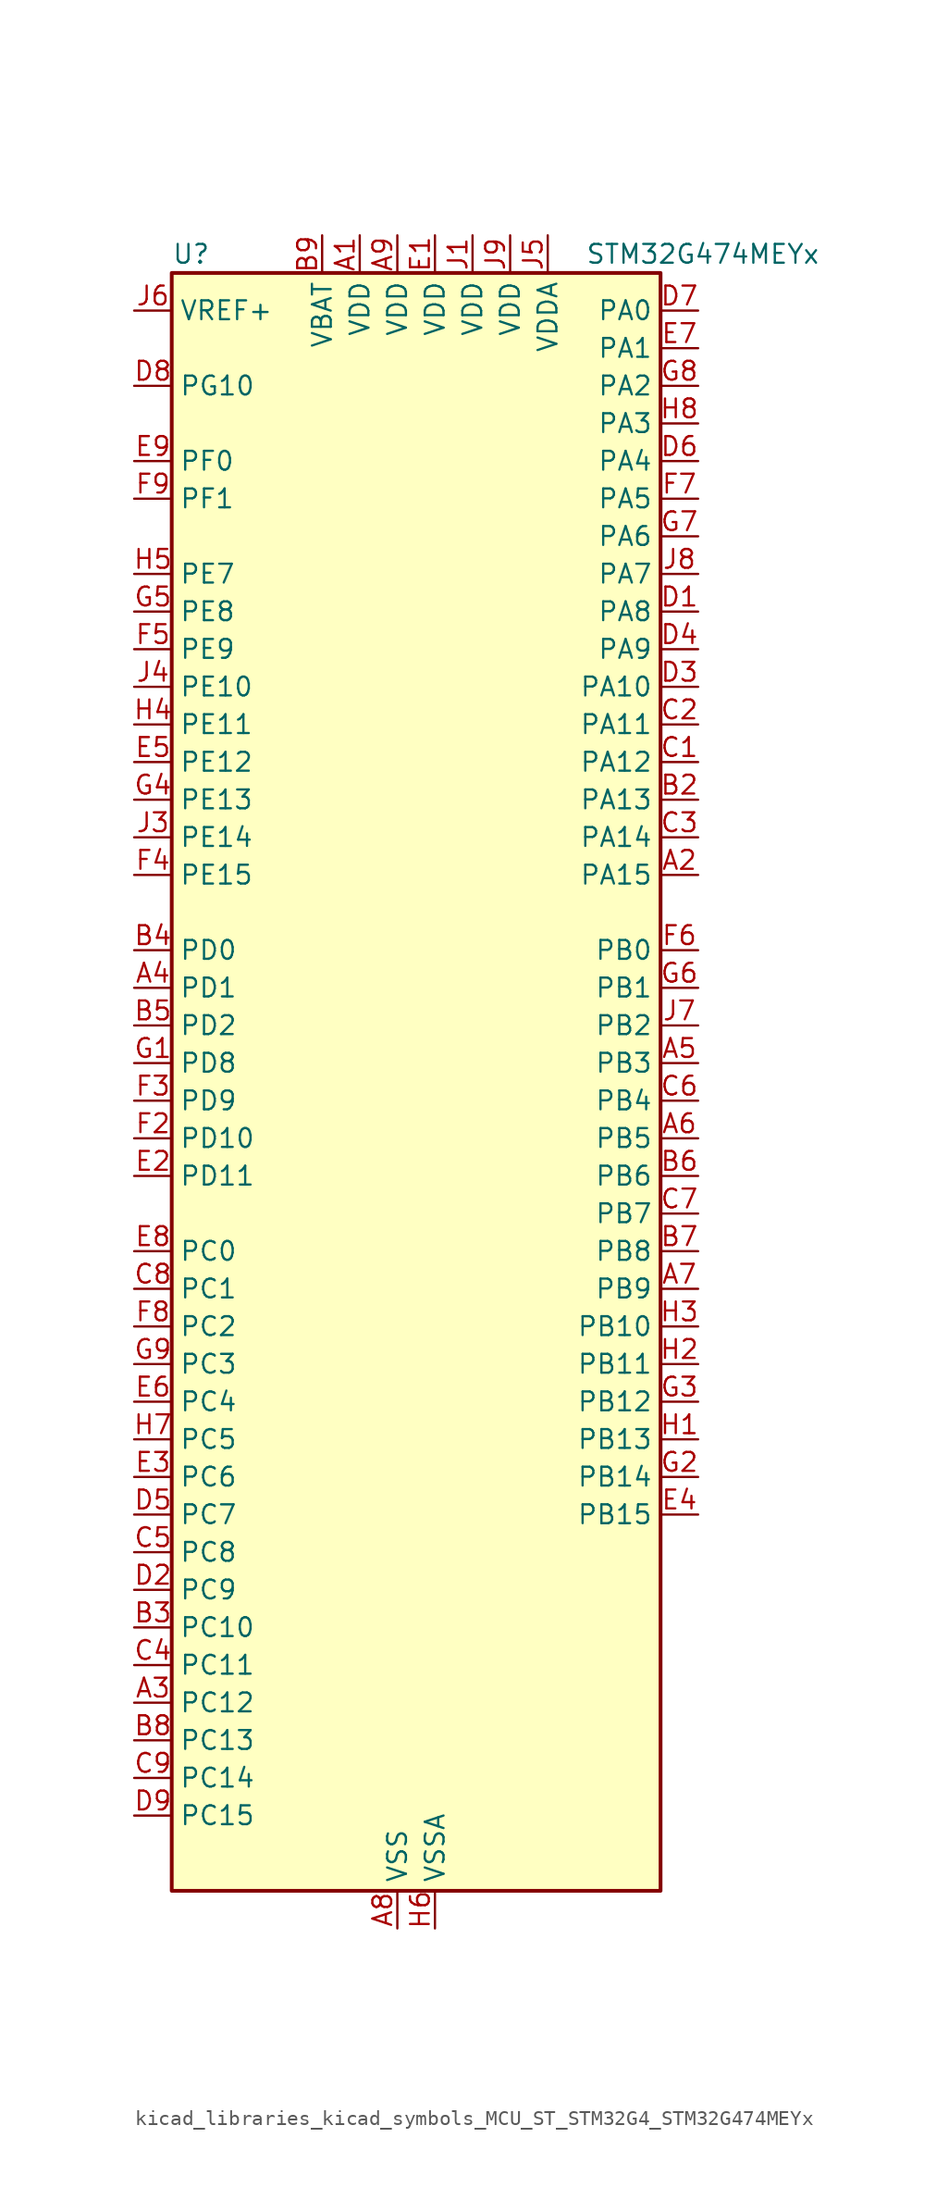
<source format=kicad_sym>
(kicad_symbol_lib
  (version 20220914)
  (generator kicad_symbol_editor)
  (symbol "kicad_libraries_kicad_symbols_MCU_ST_STM32G4_STM32G474MEYx"
    (property "Reference" "U"
      (at -15.24 57.15 0)
      (effects (font (size 1.27 1.27)) (justify left)))
    (property "Value" "STM32G474MEYx"
      (at 12.7 57.15 0)
      (effects (font (size 1.27 1.27)) (justify left)))
    (property "ki_locked" ""
      (at 0 0 0)
      (effects (font (size 1.27 1.27))))
    (symbol "kicad_libraries_kicad_symbols_MCU_ST_STM32G4_STM32G474MEYx_0_1"
      (rectangle (start -15.24 -53.34) (end 17.78 55.88) (stroke (width 0.254) (type default)) (fill (type background))))
    (symbol "kicad_libraries_kicad_symbols_MCU_ST_STM32G4_STM32G474MEYx_1_1"
      (pin power_in line (at -2.54 58.42 270) (length 2.54) (name "VDD" (effects (font (size 1.27 1.27)))) (number "A1" (effects (font (size 1.27 1.27)))))
      (pin bidirectional line (at 20.32 15.24 180) (length 2.54) (name "PA15" (effects (font (size 1.27 1.27)))) (number "A2" (effects (font (size 1.27 1.27)))) (alternate "ADC1_EXTI15" bidirectional line) (alternate "ADC2_EXTI15" bidirectional line) (alternate "FDCAN3_TX" bidirectional line) (alternate "HRTIM1_FLT2" bidirectional line) (alternate "I2C1_SCL" bidirectional line) (alternate "I2S3_WS" bidirectional line) (alternate "SPI1_NSS" bidirectional line) (alternate "SPI3_NSS" bidirectional line) (alternate "SYS_JTDI" bidirectional line) (alternate "TIM1_BKIN" bidirectional line) (alternate "TIM2_CH1" bidirectional line) (alternate "TIM2_ETR" bidirectional line) (alternate "TIM8_CH1" bidirectional line) (alternate "UART4_DE" bidirectional line) (alternate "UART4_RTS" bidirectional line) (alternate "USART2_RX" bidirectional line))
      (pin bidirectional line (at -17.78 -40.64 0) (length 2.54) (name "PC12" (effects (font (size 1.27 1.27)))) (number "A3" (effects (font (size 1.27 1.27)))) (alternate "HRTIM1_EEV1" bidirectional line) (alternate "I2S3_SD" bidirectional line) (alternate "SPI3_MOSI" bidirectional line) (alternate "TIM5_CH2" bidirectional line) (alternate "TIM8_CH3N" bidirectional line) (alternate "UART5_TX" bidirectional line) (alternate "UCPD1_FRSTX1" bidirectional line) (alternate "UCPD1_FRSTX2" bidirectional line) (alternate "USART3_CK" bidirectional line))
      (pin bidirectional line (at -17.78 7.62 0) (length 2.54) (name "PD1" (effects (font (size 1.27 1.27)))) (number "A4" (effects (font (size 1.27 1.27)))) (alternate "FDCAN1_TX" bidirectional line) (alternate "TIM8_BKIN2" bidirectional line) (alternate "TIM8_CH4" bidirectional line))
      (pin bidirectional line (at 20.32 2.54 180) (length 2.54) (name "PB3" (effects (font (size 1.27 1.27)))) (number "A5" (effects (font (size 1.27 1.27)))) (alternate "ADC3_EXTI3" bidirectional line) (alternate "ADC4_EXTI3" bidirectional line) (alternate "ADC5_EXTI3" bidirectional line) (alternate "CRS_SYNC" bidirectional line) (alternate "FDCAN3_RX" bidirectional line) (alternate "HRTIM1_EEV9" bidirectional line) (alternate "HRTIM1_SCOUT" bidirectional line) (alternate "I2S3_CK" bidirectional line) (alternate "SAI1_SCK_B" bidirectional line) (alternate "SPI1_SCK" bidirectional line) (alternate "SPI3_SCK" bidirectional line) (alternate "SYS_JTDO-SWO" bidirectional line) (alternate "TIM2_CH2" bidirectional line) (alternate "TIM3_ETR" bidirectional line) (alternate "TIM4_ETR" bidirectional line) (alternate "TIM8_CH1N" bidirectional line) (alternate "USART2_TX" bidirectional line))
      (pin bidirectional line (at 20.32 -2.54 180) (length 2.54) (name "PB5" (effects (font (size 1.27 1.27)))) (number "A6" (effects (font (size 1.27 1.27)))) (alternate "FDCAN2_RX" bidirectional line) (alternate "HRTIM1_EEV6" bidirectional line) (alternate "I2C1_SMBA" bidirectional line) (alternate "I2C3_SDA" bidirectional line) (alternate "I2S3_SD" bidirectional line) (alternate "LPTIM1_IN1" bidirectional line) (alternate "SAI1_SD_B" bidirectional line) (alternate "SPI1_MOSI" bidirectional line) (alternate "SPI3_MOSI" bidirectional line) (alternate "TIM16_BKIN" bidirectional line) (alternate "TIM17_CH1" bidirectional line) (alternate "TIM3_CH2" bidirectional line) (alternate "TIM8_CH3N" bidirectional line) (alternate "UART5_CTS" bidirectional line) (alternate "USART2_CK" bidirectional line))
      (pin bidirectional line (at 20.32 -12.7 180) (length 2.54) (name "PB9" (effects (font (size 1.27 1.27)))) (number "A7" (effects (font (size 1.27 1.27)))) (alternate "COMP2_OUT" bidirectional line) (alternate "DAC1_EXTI9" bidirectional line) (alternate "DAC2_EXTI9" bidirectional line) (alternate "DAC3_EXTI9" bidirectional line) (alternate "DAC4_EXTI9" bidirectional line) (alternate "FDCAN1_TX" bidirectional line) (alternate "HRTIM1_EEV5" bidirectional line) (alternate "I2C1_SDA" bidirectional line) (alternate "IR_OUT" bidirectional line) (alternate "SAI1_D2" bidirectional line) (alternate "SAI1_FS_A" bidirectional line) (alternate "TIM17_CH1" bidirectional line) (alternate "TIM1_CH3N" bidirectional line) (alternate "TIM4_CH4" bidirectional line) (alternate "TIM8_CH3" bidirectional line) (alternate "USART3_TX" bidirectional line))
      (pin power_in line (at 0 -55.88 90) (length 2.54) (name "VSS" (effects (font (size 1.27 1.27)))) (number "A8" (effects (font (size 1.27 1.27)))))
      (pin power_in line (at 0 58.42 270) (length 2.54) (name "VDD" (effects (font (size 1.27 1.27)))) (number "A9" (effects (font (size 1.27 1.27)))))
      (pin passive line (at 0 -55.88 90) (length 2.54) hide (name "VSS" (effects (font (size 1.27 1.27)))) (number "B1" (effects (font (size 1.27 1.27)))))
      (pin bidirectional line (at 20.32 20.32 180) (length 2.54) (name "PA13" (effects (font (size 1.27 1.27)))) (number "B2" (effects (font (size 1.27 1.27)))) (alternate "I2C1_SCL" bidirectional line) (alternate "I2C4_SCL" bidirectional line) (alternate "IR_OUT" bidirectional line) (alternate "SAI1_SD_B" bidirectional line) (alternate "SYS_JTMS-SWDIO" bidirectional line) (alternate "TIM16_CH1N" bidirectional line) (alternate "TIM4_CH3" bidirectional line) (alternate "USART3_CTS" bidirectional line) (alternate "USART3_NSS" bidirectional line))
      (pin bidirectional line (at -17.78 -35.56 0) (length 2.54) (name "PC10" (effects (font (size 1.27 1.27)))) (number "B3" (effects (font (size 1.27 1.27)))) (alternate "DAC1_EXTI10" bidirectional line) (alternate "DAC2_EXTI10" bidirectional line) (alternate "DAC3_EXTI10" bidirectional line) (alternate "DAC4_EXTI10" bidirectional line) (alternate "HRTIM1_FLT6" bidirectional line) (alternate "I2S3_CK" bidirectional line) (alternate "SPI3_SCK" bidirectional line) (alternate "TIM8_CH1N" bidirectional line) (alternate "UART4_TX" bidirectional line) (alternate "USART3_TX" bidirectional line))
      (pin bidirectional line (at -17.78 10.16 0) (length 2.54) (name "PD0" (effects (font (size 1.27 1.27)))) (number "B4" (effects (font (size 1.27 1.27)))) (alternate "FDCAN1_RX" bidirectional line) (alternate "TIM8_CH4N" bidirectional line))
      (pin bidirectional line (at -17.78 5.08 0) (length 2.54) (name "PD2" (effects (font (size 1.27 1.27)))) (number "B5" (effects (font (size 1.27 1.27)))) (alternate "ADC3_EXTI2" bidirectional line) (alternate "ADC4_EXTI2" bidirectional line) (alternate "ADC5_EXTI2" bidirectional line) (alternate "TIM3_ETR" bidirectional line) (alternate "TIM8_BKIN" bidirectional line) (alternate "UART5_RX" bidirectional line))
      (pin bidirectional line (at 20.32 -5.08 180) (length 2.54) (name "PB6" (effects (font (size 1.27 1.27)))) (number "B6" (effects (font (size 1.27 1.27)))) (alternate "COMP4_OUT" bidirectional line) (alternate "FDCAN2_TX" bidirectional line) (alternate "HRTIM1_EEV4" bidirectional line) (alternate "HRTIM1_SCIN" bidirectional line) (alternate "LPTIM1_ETR" bidirectional line) (alternate "SAI1_FS_B" bidirectional line) (alternate "TIM16_CH1N" bidirectional line) (alternate "TIM4_CH1" bidirectional line) (alternate "TIM8_BKIN2" bidirectional line) (alternate "TIM8_CH1" bidirectional line) (alternate "TIM8_ETR" bidirectional line) (alternate "UCPD1_CC1" bidirectional line) (alternate "USART1_TX" bidirectional line))
      (pin bidirectional line (at 20.32 -10.16 180) (length 2.54) (name "PB8" (effects (font (size 1.27 1.27)))) (number "B7" (effects (font (size 1.27 1.27)))) (alternate "COMP1_OUT" bidirectional line) (alternate "FDCAN1_RX" bidirectional line) (alternate "HRTIM1_EEV8" bidirectional line) (alternate "I2C1_SCL" bidirectional line) (alternate "SAI1_CK1" bidirectional line) (alternate "SAI1_MCLK_A" bidirectional line) (alternate "TIM16_CH1" bidirectional line) (alternate "TIM1_BKIN" bidirectional line) (alternate "TIM4_CH3" bidirectional line) (alternate "TIM8_CH2" bidirectional line) (alternate "USART3_RX" bidirectional line))
      (pin bidirectional line (at -17.78 -43.18 0) (length 2.54) (name "PC13" (effects (font (size 1.27 1.27)))) (number "B8" (effects (font (size 1.27 1.27)))) (alternate "RTC_OUT1" bidirectional line) (alternate "RTC_TAMP1" bidirectional line) (alternate "RTC_TS" bidirectional line) (alternate "SYS_WKUP2" bidirectional line) (alternate "TIM1_BKIN" bidirectional line) (alternate "TIM1_CH1N" bidirectional line) (alternate "TIM8_CH4N" bidirectional line))
      (pin power_in line (at -5.08 58.42 270) (length 2.54) (name "VBAT" (effects (font (size 1.27 1.27)))) (number "B9" (effects (font (size 1.27 1.27)))))
      (pin bidirectional line (at 20.32 22.86 180) (length 2.54) (name "PA12" (effects (font (size 1.27 1.27)))) (number "C1" (effects (font (size 1.27 1.27)))) (alternate "COMP2_OUT" bidirectional line) (alternate "FDCAN1_TX" bidirectional line) (alternate "HRTIM1_FLT1" bidirectional line) (alternate "I2S_CKIN" bidirectional line) (alternate "TIM16_CH1" bidirectional line) (alternate "TIM1_CH2N" bidirectional line) (alternate "TIM1_ETR" bidirectional line) (alternate "TIM4_CH2" bidirectional line) (alternate "USART1_DE" bidirectional line) (alternate "USART1_RTS" bidirectional line) (alternate "USB_DP" bidirectional line))
      (pin bidirectional line (at 20.32 25.4 180) (length 2.54) (name "PA11" (effects (font (size 1.27 1.27)))) (number "C2" (effects (font (size 1.27 1.27)))) (alternate "ADC1_EXTI11" bidirectional line) (alternate "ADC2_EXTI11" bidirectional line) (alternate "COMP1_OUT" bidirectional line) (alternate "FDCAN1_RX" bidirectional line) (alternate "HRTIM1_CHB2" bidirectional line) (alternate "I2S2_SD" bidirectional line) (alternate "SPI2_MOSI" bidirectional line) (alternate "TIM1_BKIN2" bidirectional line) (alternate "TIM1_CH1N" bidirectional line) (alternate "TIM1_CH4" bidirectional line) (alternate "TIM4_CH1" bidirectional line) (alternate "USART1_CTS" bidirectional line) (alternate "USART1_NSS" bidirectional line) (alternate "USB_DM" bidirectional line))
      (pin bidirectional line (at 20.32 17.78 180) (length 2.54) (name "PA14" (effects (font (size 1.27 1.27)))) (number "C3" (effects (font (size 1.27 1.27)))) (alternate "I2C1_SDA" bidirectional line) (alternate "I2C4_SMBA" bidirectional line) (alternate "LPTIM1_OUT" bidirectional line) (alternate "SAI1_FS_B" bidirectional line) (alternate "SYS_JTCK-SWCLK" bidirectional line) (alternate "TIM1_BKIN" bidirectional line) (alternate "TIM8_CH2" bidirectional line) (alternate "USART2_TX" bidirectional line))
      (pin bidirectional line (at -17.78 -38.1 0) (length 2.54) (name "PC11" (effects (font (size 1.27 1.27)))) (number "C4" (effects (font (size 1.27 1.27)))) (alternate "ADC1_EXTI11" bidirectional line) (alternate "ADC2_EXTI11" bidirectional line) (alternate "HRTIM1_EEV2" bidirectional line) (alternate "I2C3_SDA" bidirectional line) (alternate "SPI3_MISO" bidirectional line) (alternate "TIM8_CH2N" bidirectional line) (alternate "UART4_RX" bidirectional line) (alternate "USART3_RX" bidirectional line))
      (pin bidirectional line (at -17.78 -30.48 0) (length 2.54) (name "PC8" (effects (font (size 1.27 1.27)))) (number "C5" (effects (font (size 1.27 1.27)))) (alternate "COMP7_OUT" bidirectional line) (alternate "HRTIM1_CHE1" bidirectional line) (alternate "I2C3_SCL" bidirectional line) (alternate "TIM20_CH3" bidirectional line) (alternate "TIM3_CH3" bidirectional line) (alternate "TIM8_CH3" bidirectional line))
      (pin bidirectional line (at 20.32 0 180) (length 2.54) (name "PB4" (effects (font (size 1.27 1.27)))) (number "C6" (effects (font (size 1.27 1.27)))) (alternate "FDCAN3_TX" bidirectional line) (alternate "HRTIM1_EEV7" bidirectional line) (alternate "SAI1_MCLK_B" bidirectional line) (alternate "SPI1_MISO" bidirectional line) (alternate "SPI3_MISO" bidirectional line) (alternate "SYS_JTRST" bidirectional line) (alternate "TIM16_CH1" bidirectional line) (alternate "TIM17_BKIN" bidirectional line) (alternate "TIM3_CH1" bidirectional line) (alternate "TIM8_CH2N" bidirectional line) (alternate "UART5_DE" bidirectional line) (alternate "UART5_RTS" bidirectional line) (alternate "UCPD1_CC2" bidirectional line) (alternate "USART2_RX" bidirectional line))
      (pin bidirectional line (at 20.32 -7.62 180) (length 2.54) (name "PB7" (effects (font (size 1.27 1.27)))) (number "C7" (effects (font (size 1.27 1.27)))) (alternate "COMP3_OUT" bidirectional line) (alternate "HRTIM1_EEV3" bidirectional line) (alternate "I2C1_SDA" bidirectional line) (alternate "I2C4_SDA" bidirectional line) (alternate "LPTIM1_IN2" bidirectional line) (alternate "SYS_PVD_IN" bidirectional line) (alternate "TIM17_CH1N" bidirectional line) (alternate "TIM3_CH4" bidirectional line) (alternate "TIM4_CH2" bidirectional line) (alternate "TIM8_BKIN" bidirectional line) (alternate "UART4_CTS" bidirectional line) (alternate "USART1_RX" bidirectional line))
      (pin bidirectional line (at -17.78 -12.7 0) (length 2.54) (name "PC1" (effects (font (size 1.27 1.27)))) (number "C8" (effects (font (size 1.27 1.27)))) (alternate "ADC1_IN7" bidirectional line) (alternate "ADC2_IN7" bidirectional line) (alternate "COMP3_INP" bidirectional line) (alternate "LPTIM1_OUT" bidirectional line) (alternate "LPUART1_TX" bidirectional line) (alternate "QUADSPI1_BK2_IO0" bidirectional line) (alternate "SAI1_SD_A" bidirectional line) (alternate "TIM1_CH2" bidirectional line))
      (pin bidirectional line (at -17.78 -45.72 0) (length 2.54) (name "PC14" (effects (font (size 1.27 1.27)))) (number "C9" (effects (font (size 1.27 1.27)))) (alternate "RCC_OSC32_IN" bidirectional line))
      (pin bidirectional line (at 20.32 33.02 180) (length 2.54) (name "PA8" (effects (font (size 1.27 1.27)))) (number "D1" (effects (font (size 1.27 1.27)))) (alternate "ADC5_IN1" bidirectional line) (alternate "COMP7_OUT" bidirectional line) (alternate "FDCAN3_RX" bidirectional line) (alternate "HRTIM1_CHA1" bidirectional line) (alternate "I2C2_SDA" bidirectional line) (alternate "I2C3_SCL" bidirectional line) (alternate "I2S2_MCK" bidirectional line) (alternate "OPAMP5_VOUT" bidirectional line) (alternate "RCC_MCO" bidirectional line) (alternate "SAI1_CK2" bidirectional line) (alternate "SAI1_SCK_A" bidirectional line) (alternate "TIM1_CH1" bidirectional line) (alternate "TIM4_ETR" bidirectional line) (alternate "USART1_CK" bidirectional line))
      (pin bidirectional line (at -17.78 -33.02 0) (length 2.54) (name "PC9" (effects (font (size 1.27 1.27)))) (number "D2" (effects (font (size 1.27 1.27)))) (alternate "DAC1_EXTI9" bidirectional line) (alternate "DAC2_EXTI9" bidirectional line) (alternate "DAC3_EXTI9" bidirectional line) (alternate "DAC4_EXTI9" bidirectional line) (alternate "HRTIM1_CHE2" bidirectional line) (alternate "I2C3_SDA" bidirectional line) (alternate "I2S_CKIN" bidirectional line) (alternate "TIM3_CH4" bidirectional line) (alternate "TIM8_BKIN2" bidirectional line) (alternate "TIM8_CH4" bidirectional line))
      (pin bidirectional line (at 20.32 27.94 180) (length 2.54) (name "PA10" (effects (font (size 1.27 1.27)))) (number "D3" (effects (font (size 1.27 1.27)))) (alternate "COMP6_OUT" bidirectional line) (alternate "CRS_SYNC" bidirectional line) (alternate "DAC1_EXTI10" bidirectional line) (alternate "DAC2_EXTI10" bidirectional line) (alternate "DAC3_EXTI10" bidirectional line) (alternate "DAC4_EXTI10" bidirectional line) (alternate "HRTIM1_CHB1" bidirectional line) (alternate "I2C2_SMBA" bidirectional line) (alternate "SAI1_D1" bidirectional line) (alternate "SAI1_SD_A" bidirectional line) (alternate "SPI2_MISO" bidirectional line) (alternate "TIM17_BKIN" bidirectional line) (alternate "TIM1_CH3" bidirectional line) (alternate "TIM2_CH4" bidirectional line) (alternate "TIM8_BKIN" bidirectional line) (alternate "UCPD1_DBCC2" bidirectional line) (alternate "USART1_RX" bidirectional line))
      (pin bidirectional line (at 20.32 30.48 180) (length 2.54) (name "PA9" (effects (font (size 1.27 1.27)))) (number "D4" (effects (font (size 1.27 1.27)))) (alternate "ADC5_IN2" bidirectional line) (alternate "COMP5_OUT" bidirectional line) (alternate "DAC1_EXTI9" bidirectional line) (alternate "DAC2_EXTI9" bidirectional line) (alternate "DAC3_EXTI9" bidirectional line) (alternate "DAC4_EXTI9" bidirectional line) (alternate "HRTIM1_CHA2" bidirectional line) (alternate "I2C2_SCL" bidirectional line) (alternate "I2C3_SMBA" bidirectional line) (alternate "I2S3_MCK" bidirectional line) (alternate "SAI1_FS_A" bidirectional line) (alternate "TIM15_BKIN" bidirectional line) (alternate "TIM1_CH2" bidirectional line) (alternate "TIM2_CH3" bidirectional line) (alternate "UCPD1_DBCC1" bidirectional line) (alternate "USART1_TX" bidirectional line))
      (pin bidirectional line (at -17.78 -27.94 0) (length 2.54) (name "PC7" (effects (font (size 1.27 1.27)))) (number "D5" (effects (font (size 1.27 1.27)))) (alternate "COMP5_OUT" bidirectional line) (alternate "HRTIM1_CHF2" bidirectional line) (alternate "HRTIM1_FLT5" bidirectional line) (alternate "I2C4_SDA" bidirectional line) (alternate "I2S3_MCK" bidirectional line) (alternate "TIM3_CH2" bidirectional line) (alternate "TIM8_CH2" bidirectional line))
      (pin bidirectional line (at 20.32 43.18 180) (length 2.54) (name "PA4" (effects (font (size 1.27 1.27)))) (number "D6" (effects (font (size 1.27 1.27)))) (alternate "ADC2_IN17" bidirectional line) (alternate "COMP1_INM" bidirectional line) (alternate "DAC1_OUT1" bidirectional line) (alternate "I2S3_WS" bidirectional line) (alternate "SAI1_FS_B" bidirectional line) (alternate "SPI1_NSS" bidirectional line) (alternate "SPI3_NSS" bidirectional line) (alternate "TIM3_CH2" bidirectional line) (alternate "USART2_CK" bidirectional line))
      (pin bidirectional line (at 20.32 53.34 180) (length 2.54) (name "PA0" (effects (font (size 1.27 1.27)))) (number "D7" (effects (font (size 1.27 1.27)))) (alternate "ADC1_IN1" bidirectional line) (alternate "ADC2_IN1" bidirectional line) (alternate "COMP1_INM" bidirectional line) (alternate "COMP1_OUT" bidirectional line) (alternate "COMP3_INP" bidirectional line) (alternate "RTC_TAMP2" bidirectional line) (alternate "SYS_WKUP1" bidirectional line) (alternate "TIM2_CH1" bidirectional line) (alternate "TIM2_ETR" bidirectional line) (alternate "TIM5_CH1" bidirectional line) (alternate "TIM8_BKIN" bidirectional line) (alternate "TIM8_ETR" bidirectional line) (alternate "USART2_CTS" bidirectional line) (alternate "USART2_NSS" bidirectional line))
      (pin bidirectional line (at -17.78 48.26 0) (length 2.54) (name "PG10" (effects (font (size 1.27 1.27)))) (number "D8" (effects (font (size 1.27 1.27)))) (alternate "DAC1_EXTI10" bidirectional line) (alternate "DAC2_EXTI10" bidirectional line) (alternate "DAC3_EXTI10" bidirectional line) (alternate "DAC4_EXTI10" bidirectional line) (alternate "RCC_MCO" bidirectional line))
      (pin bidirectional line (at -17.78 -48.26 0) (length 2.54) (name "PC15" (effects (font (size 1.27 1.27)))) (number "D9" (effects (font (size 1.27 1.27)))) (alternate "ADC1_EXTI15" bidirectional line) (alternate "ADC2_EXTI15" bidirectional line) (alternate "RCC_OSC32_OUT" bidirectional line))
      (pin power_in line (at 2.54 58.42 270) (length 2.54) (name "VDD" (effects (font (size 1.27 1.27)))) (number "E1" (effects (font (size 1.27 1.27)))))
      (pin bidirectional line (at -17.78 -5.08 0) (length 2.54) (name "PD11" (effects (font (size 1.27 1.27)))) (number "E2" (effects (font (size 1.27 1.27)))) (alternate "ADC1_EXTI11" bidirectional line) (alternate "ADC2_EXTI11" bidirectional line) (alternate "ADC3_IN8" bidirectional line) (alternate "ADC4_IN8" bidirectional line) (alternate "ADC5_IN8" bidirectional line) (alternate "COMP6_INP" bidirectional line) (alternate "I2C4_SMBA" bidirectional line) (alternate "OPAMP4_VINP" bidirectional line) (alternate "OPAMP4_VINP_SEC" bidirectional line) (alternate "TIM5_ETR" bidirectional line) (alternate "USART3_CTS" bidirectional line) (alternate "USART3_NSS" bidirectional line))
      (pin bidirectional line (at -17.78 -25.4 0) (length 2.54) (name "PC6" (effects (font (size 1.27 1.27)))) (number "E3" (effects (font (size 1.27 1.27)))) (alternate "COMP6_OUT" bidirectional line) (alternate "HRTIM1_CHF1" bidirectional line) (alternate "HRTIM1_EEV10" bidirectional line) (alternate "I2C4_SCL" bidirectional line) (alternate "I2S2_MCK" bidirectional line) (alternate "TIM3_CH1" bidirectional line) (alternate "TIM8_CH1" bidirectional line))
      (pin bidirectional line (at 20.32 -27.94 180) (length 2.54) (name "PB15" (effects (font (size 1.27 1.27)))) (number "E4" (effects (font (size 1.27 1.27)))) (alternate "ADC1_EXTI15" bidirectional line) (alternate "ADC2_EXTI15" bidirectional line) (alternate "ADC2_IN15" bidirectional line) (alternate "ADC4_IN5" bidirectional line) (alternate "COMP3_OUT" bidirectional line) (alternate "COMP6_INM" bidirectional line) (alternate "HRTIM1_CHD2" bidirectional line) (alternate "I2S2_SD" bidirectional line) (alternate "OPAMP5_VINM" bidirectional line) (alternate "OPAMP5_VINM0" bidirectional line) (alternate "OPAMP5_VINM_SEC" bidirectional line) (alternate "RTC_REFIN" bidirectional line) (alternate "SPI2_MOSI" bidirectional line) (alternate "TIM15_CH1N" bidirectional line) (alternate "TIM15_CH2" bidirectional line) (alternate "TIM1_CH3N" bidirectional line))
      (pin bidirectional line (at -17.78 22.86 0) (length 2.54) (name "PE12" (effects (font (size 1.27 1.27)))) (number "E5" (effects (font (size 1.27 1.27)))) (alternate "ADC3_IN16" bidirectional line) (alternate "ADC4_IN16" bidirectional line) (alternate "ADC5_IN16" bidirectional line) (alternate "QUADSPI1_BK1_IO0" bidirectional line) (alternate "SPI4_SCK" bidirectional line) (alternate "TIM1_CH3N" bidirectional line))
      (pin bidirectional line (at -17.78 -20.32 0) (length 2.54) (name "PC4" (effects (font (size 1.27 1.27)))) (number "E6" (effects (font (size 1.27 1.27)))) (alternate "ADC2_IN5" bidirectional line) (alternate "I2C2_SCL" bidirectional line) (alternate "QUADSPI1_BK2_IO3" bidirectional line) (alternate "TIM1_ETR" bidirectional line) (alternate "USART1_TX" bidirectional line))
      (pin bidirectional line (at 20.32 50.8 180) (length 2.54) (name "PA1" (effects (font (size 1.27 1.27)))) (number "E7" (effects (font (size 1.27 1.27)))) (alternate "ADC1_IN2" bidirectional line) (alternate "ADC2_IN2" bidirectional line) (alternate "COMP1_INP" bidirectional line) (alternate "OPAMP1_VINP" bidirectional line) (alternate "OPAMP1_VINP_SEC" bidirectional line) (alternate "OPAMP3_VINP" bidirectional line) (alternate "OPAMP3_VINP_SEC" bidirectional line) (alternate "OPAMP6_VINM" bidirectional line) (alternate "OPAMP6_VINM0" bidirectional line) (alternate "OPAMP6_VINM_SEC" bidirectional line) (alternate "RTC_REFIN" bidirectional line) (alternate "TIM15_CH1N" bidirectional line) (alternate "TIM2_CH2" bidirectional line) (alternate "TIM5_CH2" bidirectional line) (alternate "USART2_DE" bidirectional line) (alternate "USART2_RTS" bidirectional line))
      (pin bidirectional line (at -17.78 -10.16 0) (length 2.54) (name "PC0" (effects (font (size 1.27 1.27)))) (number "E8" (effects (font (size 1.27 1.27)))) (alternate "ADC1_IN6" bidirectional line) (alternate "ADC2_IN6" bidirectional line) (alternate "COMP3_INM" bidirectional line) (alternate "LPTIM1_IN1" bidirectional line) (alternate "LPUART1_RX" bidirectional line) (alternate "TIM1_CH1" bidirectional line))
      (pin bidirectional line (at -17.78 43.18 0) (length 2.54) (name "PF0" (effects (font (size 1.27 1.27)))) (number "E9" (effects (font (size 1.27 1.27)))) (alternate "ADC1_IN10" bidirectional line) (alternate "I2C2_SDA" bidirectional line) (alternate "I2S2_WS" bidirectional line) (alternate "RCC_OSC_IN" bidirectional line) (alternate "SPI2_NSS" bidirectional line) (alternate "TIM1_CH3N" bidirectional line))
      (pin passive line (at 0 -55.88 90) (length 2.54) hide (name "VSS" (effects (font (size 1.27 1.27)))) (number "F1" (effects (font (size 1.27 1.27)))))
      (pin bidirectional line (at -17.78 -2.54 0) (length 2.54) (name "PD10" (effects (font (size 1.27 1.27)))) (number "F2" (effects (font (size 1.27 1.27)))) (alternate "ADC3_IN7" bidirectional line) (alternate "ADC4_IN7" bidirectional line) (alternate "ADC5_IN7" bidirectional line) (alternate "COMP6_INM" bidirectional line) (alternate "DAC1_EXTI10" bidirectional line) (alternate "DAC2_EXTI10" bidirectional line) (alternate "DAC3_EXTI10" bidirectional line) (alternate "DAC4_EXTI10" bidirectional line) (alternate "USART3_CK" bidirectional line))
      (pin bidirectional line (at -17.78 0 0) (length 2.54) (name "PD9" (effects (font (size 1.27 1.27)))) (number "F3" (effects (font (size 1.27 1.27)))) (alternate "ADC4_IN13" bidirectional line) (alternate "ADC5_IN13" bidirectional line) (alternate "DAC1_EXTI9" bidirectional line) (alternate "DAC2_EXTI9" bidirectional line) (alternate "DAC3_EXTI9" bidirectional line) (alternate "DAC4_EXTI9" bidirectional line) (alternate "OPAMP6_VINP" bidirectional line) (alternate "OPAMP6_VINP_SEC" bidirectional line) (alternate "USART3_RX" bidirectional line))
      (pin bidirectional line (at -17.78 15.24 0) (length 2.54) (name "PE15" (effects (font (size 1.27 1.27)))) (number "F4" (effects (font (size 1.27 1.27)))) (alternate "ADC1_EXTI15" bidirectional line) (alternate "ADC2_EXTI15" bidirectional line) (alternate "ADC4_IN2" bidirectional line) (alternate "QUADSPI1_BK1_IO3" bidirectional line) (alternate "TIM1_BKIN" bidirectional line) (alternate "TIM1_CH4N" bidirectional line) (alternate "USART3_RX" bidirectional line))
      (pin bidirectional line (at -17.78 30.48 0) (length 2.54) (name "PE9" (effects (font (size 1.27 1.27)))) (number "F5" (effects (font (size 1.27 1.27)))) (alternate "ADC3_IN2" bidirectional line) (alternate "DAC1_EXTI9" bidirectional line) (alternate "DAC2_EXTI9" bidirectional line) (alternate "DAC3_EXTI9" bidirectional line) (alternate "DAC4_EXTI9" bidirectional line) (alternate "SAI1_FS_B" bidirectional line) (alternate "TIM1_CH1" bidirectional line) (alternate "TIM5_CH4" bidirectional line))
      (pin bidirectional line (at 20.32 10.16 180) (length 2.54) (name "PB0" (effects (font (size 1.27 1.27)))) (number "F6" (effects (font (size 1.27 1.27)))) (alternate "ADC1_IN15" bidirectional line) (alternate "ADC3_IN12" bidirectional line) (alternate "COMP4_INP" bidirectional line) (alternate "HRTIM1_FLT5" bidirectional line) (alternate "OPAMP2_VINP" bidirectional line) (alternate "OPAMP2_VINP_SEC" bidirectional line) (alternate "OPAMP3_VINP" bidirectional line) (alternate "OPAMP3_VINP_SEC" bidirectional line) (alternate "QUADSPI1_BK1_IO1" bidirectional line) (alternate "TIM1_CH2N" bidirectional line) (alternate "TIM3_CH3" bidirectional line) (alternate "TIM8_CH2N" bidirectional line) (alternate "UCPD1_FRSTX1" bidirectional line) (alternate "UCPD1_FRSTX2" bidirectional line))
      (pin bidirectional line (at 20.32 40.64 180) (length 2.54) (name "PA5" (effects (font (size 1.27 1.27)))) (number "F7" (effects (font (size 1.27 1.27)))) (alternate "ADC2_IN13" bidirectional line) (alternate "COMP2_INM" bidirectional line) (alternate "DAC1_OUT2" bidirectional line) (alternate "OPAMP2_VINM" bidirectional line) (alternate "OPAMP2_VINM0" bidirectional line) (alternate "OPAMP2_VINM_SEC" bidirectional line) (alternate "SPI1_SCK" bidirectional line) (alternate "TIM2_CH1" bidirectional line) (alternate "TIM2_ETR" bidirectional line) (alternate "UCPD1_FRSTX1" bidirectional line) (alternate "UCPD1_FRSTX2" bidirectional line))
      (pin bidirectional line (at -17.78 -15.24 0) (length 2.54) (name "PC2" (effects (font (size 1.27 1.27)))) (number "F8" (effects (font (size 1.27 1.27)))) (alternate "ADC1_IN8" bidirectional line) (alternate "ADC2_IN8" bidirectional line) (alternate "ADC3_EXTI2" bidirectional line) (alternate "ADC4_EXTI2" bidirectional line) (alternate "ADC5_EXTI2" bidirectional line) (alternate "COMP3_OUT" bidirectional line) (alternate "LPTIM1_IN2" bidirectional line) (alternate "QUADSPI1_BK2_IO1" bidirectional line) (alternate "TIM1_CH3" bidirectional line) (alternate "TIM20_CH2" bidirectional line))
      (pin bidirectional line (at -17.78 40.64 0) (length 2.54) (name "PF1" (effects (font (size 1.27 1.27)))) (number "F9" (effects (font (size 1.27 1.27)))) (alternate "ADC2_IN10" bidirectional line) (alternate "COMP3_INM" bidirectional line) (alternate "I2S2_CK" bidirectional line) (alternate "RCC_OSC_OUT" bidirectional line) (alternate "SPI2_SCK" bidirectional line))
      (pin bidirectional line (at -17.78 2.54 0) (length 2.54) (name "PD8" (effects (font (size 1.27 1.27)))) (number "G1" (effects (font (size 1.27 1.27)))) (alternate "ADC4_IN12" bidirectional line) (alternate "ADC5_IN12" bidirectional line) (alternate "OPAMP4_VINM" bidirectional line) (alternate "OPAMP4_VINM1" bidirectional line) (alternate "OPAMP4_VINM_SEC" bidirectional line) (alternate "USART3_TX" bidirectional line))
      (pin bidirectional line (at 20.32 -25.4 180) (length 2.54) (name "PB14" (effects (font (size 1.27 1.27)))) (number "G2" (effects (font (size 1.27 1.27)))) (alternate "ADC1_IN5" bidirectional line) (alternate "ADC4_IN4" bidirectional line) (alternate "COMP4_OUT" bidirectional line) (alternate "COMP7_INP" bidirectional line) (alternate "HRTIM1_CHD1" bidirectional line) (alternate "OPAMP2_VINP" bidirectional line) (alternate "OPAMP2_VINP_SEC" bidirectional line) (alternate "OPAMP5_VINP" bidirectional line) (alternate "OPAMP5_VINP_SEC" bidirectional line) (alternate "SPI2_MISO" bidirectional line) (alternate "TIM15_CH1" bidirectional line) (alternate "TIM1_CH2N" bidirectional line) (alternate "USART3_DE" bidirectional line) (alternate "USART3_RTS" bidirectional line))
      (pin bidirectional line (at 20.32 -20.32 180) (length 2.54) (name "PB12" (effects (font (size 1.27 1.27)))) (number "G3" (effects (font (size 1.27 1.27)))) (alternate "ADC1_IN11" bidirectional line) (alternate "ADC4_IN3" bidirectional line) (alternate "COMP7_INM" bidirectional line) (alternate "FDCAN2_RX" bidirectional line) (alternate "HRTIM1_CHC1" bidirectional line) (alternate "I2C2_SMBA" bidirectional line) (alternate "I2S2_WS" bidirectional line) (alternate "LPUART1_DE" bidirectional line) (alternate "LPUART1_RTS" bidirectional line) (alternate "OPAMP4_VOUT" bidirectional line) (alternate "OPAMP6_VINP" bidirectional line) (alternate "OPAMP6_VINP_SEC" bidirectional line) (alternate "SPI2_NSS" bidirectional line) (alternate "TIM1_BKIN" bidirectional line) (alternate "TIM5_ETR" bidirectional line) (alternate "USART3_CK" bidirectional line))
      (pin bidirectional line (at -17.78 20.32 0) (length 2.54) (name "PE13" (effects (font (size 1.27 1.27)))) (number "G4" (effects (font (size 1.27 1.27)))) (alternate "ADC3_IN3" bidirectional line) (alternate "QUADSPI1_BK1_IO1" bidirectional line) (alternate "SPI4_MISO" bidirectional line) (alternate "TIM1_CH3" bidirectional line))
      (pin bidirectional line (at -17.78 33.02 0) (length 2.54) (name "PE8" (effects (font (size 1.27 1.27)))) (number "G5" (effects (font (size 1.27 1.27)))) (alternate "ADC3_IN6" bidirectional line) (alternate "ADC4_IN6" bidirectional line) (alternate "ADC5_IN6" bidirectional line) (alternate "COMP4_INM" bidirectional line) (alternate "SAI1_SCK_B" bidirectional line) (alternate "TIM1_CH1N" bidirectional line) (alternate "TIM5_CH3" bidirectional line))
      (pin bidirectional line (at 20.32 7.62 180) (length 2.54) (name "PB1" (effects (font (size 1.27 1.27)))) (number "G6" (effects (font (size 1.27 1.27)))) (alternate "ADC1_IN12" bidirectional line) (alternate "ADC3_IN1" bidirectional line) (alternate "COMP1_INP" bidirectional line) (alternate "COMP4_OUT" bidirectional line) (alternate "HRTIM1_SCOUT" bidirectional line) (alternate "LPUART1_DE" bidirectional line) (alternate "LPUART1_RTS" bidirectional line) (alternate "OPAMP3_VOUT" bidirectional line) (alternate "OPAMP6_VINM" bidirectional line) (alternate "OPAMP6_VINM1" bidirectional line) (alternate "OPAMP6_VINM_SEC" bidirectional line) (alternate "QUADSPI1_BK1_IO0" bidirectional line) (alternate "TIM1_CH3N" bidirectional line) (alternate "TIM3_CH4" bidirectional line) (alternate "TIM8_CH3N" bidirectional line))
      (pin bidirectional line (at 20.32 38.1 180) (length 2.54) (name "PA6" (effects (font (size 1.27 1.27)))) (number "G7" (effects (font (size 1.27 1.27)))) (alternate "ADC2_IN3" bidirectional line) (alternate "COMP1_OUT" bidirectional line) (alternate "DAC2_OUT1" bidirectional line) (alternate "LPUART1_CTS" bidirectional line) (alternate "OPAMP2_VOUT" bidirectional line) (alternate "QUADSPI1_BK1_IO3" bidirectional line) (alternate "SPI1_MISO" bidirectional line) (alternate "TIM16_CH1" bidirectional line) (alternate "TIM1_BKIN" bidirectional line) (alternate "TIM3_CH1" bidirectional line) (alternate "TIM8_BKIN" bidirectional line))
      (pin bidirectional line (at 20.32 48.26 180) (length 2.54) (name "PA2" (effects (font (size 1.27 1.27)))) (number "G8" (effects (font (size 1.27 1.27)))) (alternate "ADC1_IN3" bidirectional line) (alternate "ADC3_EXTI2" bidirectional line) (alternate "ADC4_EXTI2" bidirectional line) (alternate "ADC5_EXTI2" bidirectional line) (alternate "COMP2_INM" bidirectional line) (alternate "COMP2_OUT" bidirectional line) (alternate "LPUART1_TX" bidirectional line) (alternate "OPAMP1_VOUT" bidirectional line) (alternate "QUADSPI1_BK1_NCS" bidirectional line) (alternate "RCC_LSCO" bidirectional line) (alternate "SYS_WKUP4" bidirectional line) (alternate "TIM15_CH1" bidirectional line) (alternate "TIM2_CH3" bidirectional line) (alternate "TIM5_CH3" bidirectional line) (alternate "UCPD1_FRSTX1" bidirectional line) (alternate "UCPD1_FRSTX2" bidirectional line) (alternate "USART2_TX" bidirectional line))
      (pin bidirectional line (at -17.78 -17.78 0) (length 2.54) (name "PC3" (effects (font (size 1.27 1.27)))) (number "G9" (effects (font (size 1.27 1.27)))) (alternate "ADC1_IN9" bidirectional line) (alternate "ADC2_IN9" bidirectional line) (alternate "ADC3_EXTI3" bidirectional line) (alternate "ADC4_EXTI3" bidirectional line) (alternate "ADC5_EXTI3" bidirectional line) (alternate "LPTIM1_ETR" bidirectional line) (alternate "OPAMP5_VINP" bidirectional line) (alternate "OPAMP5_VINP_SEC" bidirectional line) (alternate "QUADSPI1_BK2_IO2" bidirectional line) (alternate "SAI1_D1" bidirectional line) (alternate "SAI1_SD_A" bidirectional line) (alternate "TIM1_BKIN2" bidirectional line) (alternate "TIM1_CH4" bidirectional line))
      (pin bidirectional line (at 20.32 -22.86 180) (length 2.54) (name "PB13" (effects (font (size 1.27 1.27)))) (number "H1" (effects (font (size 1.27 1.27)))) (alternate "ADC3_IN5" bidirectional line) (alternate "COMP5_INP" bidirectional line) (alternate "FDCAN2_TX" bidirectional line) (alternate "HRTIM1_CHC2" bidirectional line) (alternate "I2S2_CK" bidirectional line) (alternate "LPUART1_CTS" bidirectional line) (alternate "OPAMP3_VINP" bidirectional line) (alternate "OPAMP3_VINP_SEC" bidirectional line) (alternate "OPAMP4_VINP" bidirectional line) (alternate "OPAMP4_VINP_SEC" bidirectional line) (alternate "OPAMP6_VINP" bidirectional line) (alternate "OPAMP6_VINP_SEC" bidirectional line) (alternate "SPI2_SCK" bidirectional line) (alternate "TIM1_CH1N" bidirectional line) (alternate "USART3_CTS" bidirectional line) (alternate "USART3_NSS" bidirectional line))
      (pin bidirectional line (at 20.32 -17.78 180) (length 2.54) (name "PB11" (effects (font (size 1.27 1.27)))) (number "H2" (effects (font (size 1.27 1.27)))) (alternate "ADC1_EXTI11" bidirectional line) (alternate "ADC1_IN14" bidirectional line) (alternate "ADC2_EXTI11" bidirectional line) (alternate "ADC2_IN14" bidirectional line) (alternate "COMP6_INP" bidirectional line) (alternate "HRTIM1_FLT4" bidirectional line) (alternate "LPUART1_TX" bidirectional line) (alternate "OPAMP4_VINP" bidirectional line) (alternate "OPAMP4_VINP_SEC" bidirectional line) (alternate "OPAMP6_VOUT" bidirectional line) (alternate "QUADSPI1_BK1_NCS" bidirectional line) (alternate "TIM2_CH4" bidirectional line) (alternate "USART3_RX" bidirectional line))
      (pin bidirectional line (at 20.32 -15.24 180) (length 2.54) (name "PB10" (effects (font (size 1.27 1.27)))) (number "H3" (effects (font (size 1.27 1.27)))) (alternate "COMP5_INM" bidirectional line) (alternate "DAC1_EXTI10" bidirectional line) (alternate "DAC2_EXTI10" bidirectional line) (alternate "DAC3_EXTI10" bidirectional line) (alternate "DAC4_EXTI10" bidirectional line) (alternate "HRTIM1_FLT3" bidirectional line) (alternate "LPUART1_RX" bidirectional line) (alternate "OPAMP3_VINM" bidirectional line) (alternate "OPAMP3_VINM1" bidirectional line) (alternate "OPAMP3_VINM_SEC" bidirectional line) (alternate "OPAMP4_VINM" bidirectional line) (alternate "OPAMP4_VINM0" bidirectional line) (alternate "OPAMP4_VINM_SEC" bidirectional line) (alternate "QUADSPI1_CLK" bidirectional line) (alternate "SAI1_SCK_A" bidirectional line) (alternate "TIM1_BKIN" bidirectional line) (alternate "TIM2_CH3" bidirectional line) (alternate "USART3_TX" bidirectional line))
      (pin bidirectional line (at -17.78 25.4 0) (length 2.54) (name "PE11" (effects (font (size 1.27 1.27)))) (number "H4" (effects (font (size 1.27 1.27)))) (alternate "ADC1_EXTI11" bidirectional line) (alternate "ADC2_EXTI11" bidirectional line) (alternate "ADC3_IN15" bidirectional line) (alternate "ADC4_IN15" bidirectional line) (alternate "ADC5_IN15" bidirectional line) (alternate "QUADSPI1_BK1_NCS" bidirectional line) (alternate "SPI4_NSS" bidirectional line) (alternate "TIM1_CH2" bidirectional line))
      (pin bidirectional line (at -17.78 35.56 0) (length 2.54) (name "PE7" (effects (font (size 1.27 1.27)))) (number "H5" (effects (font (size 1.27 1.27)))) (alternate "ADC3_IN4" bidirectional line) (alternate "COMP4_INP" bidirectional line) (alternate "SAI1_SD_B" bidirectional line) (alternate "TIM1_ETR" bidirectional line))
      (pin power_in line (at 2.54 -55.88 90) (length 2.54) (name "VSSA" (effects (font (size 1.27 1.27)))) (number "H6" (effects (font (size 1.27 1.27)))))
      (pin bidirectional line (at -17.78 -22.86 0) (length 2.54) (name "PC5" (effects (font (size 1.27 1.27)))) (number "H7" (effects (font (size 1.27 1.27)))) (alternate "ADC2_IN11" bidirectional line) (alternate "HRTIM1_EEV10" bidirectional line) (alternate "OPAMP1_VINM" bidirectional line) (alternate "OPAMP1_VINM1" bidirectional line) (alternate "OPAMP1_VINM_SEC" bidirectional line) (alternate "OPAMP2_VINM" bidirectional line) (alternate "OPAMP2_VINM1" bidirectional line) (alternate "OPAMP2_VINM_SEC" bidirectional line) (alternate "SAI1_D3" bidirectional line) (alternate "SYS_WKUP5" bidirectional line) (alternate "TIM15_BKIN" bidirectional line) (alternate "TIM1_CH4N" bidirectional line) (alternate "USART1_RX" bidirectional line))
      (pin bidirectional line (at 20.32 45.72 180) (length 2.54) (name "PA3" (effects (font (size 1.27 1.27)))) (number "H8" (effects (font (size 1.27 1.27)))) (alternate "ADC1_IN4" bidirectional line) (alternate "ADC3_EXTI3" bidirectional line) (alternate "ADC4_EXTI3" bidirectional line) (alternate "ADC5_EXTI3" bidirectional line) (alternate "COMP2_INP" bidirectional line) (alternate "LPUART1_RX" bidirectional line) (alternate "OPAMP1_VINM" bidirectional line) (alternate "OPAMP1_VINM0" bidirectional line) (alternate "OPAMP1_VINM_SEC" bidirectional line) (alternate "OPAMP1_VINP" bidirectional line) (alternate "OPAMP1_VINP_SEC" bidirectional line) (alternate "OPAMP5_VINM" bidirectional line) (alternate "OPAMP5_VINM1" bidirectional line) (alternate "OPAMP5_VINM_SEC" bidirectional line) (alternate "QUADSPI1_CLK" bidirectional line) (alternate "SAI1_CK1" bidirectional line) (alternate "SAI1_MCLK_A" bidirectional line) (alternate "TIM15_CH2" bidirectional line) (alternate "TIM2_CH4" bidirectional line) (alternate "TIM5_CH4" bidirectional line) (alternate "USART2_RX" bidirectional line))
      (pin passive line (at 0 -55.88 90) (length 2.54) hide (name "VSS" (effects (font (size 1.27 1.27)))) (number "H9" (effects (font (size 1.27 1.27)))))
      (pin power_in line (at 5.08 58.42 270) (length 2.54) (name "VDD" (effects (font (size 1.27 1.27)))) (number "J1" (effects (font (size 1.27 1.27)))))
      (pin passive line (at 0 -55.88 90) (length 2.54) hide (name "VSS" (effects (font (size 1.27 1.27)))) (number "J2" (effects (font (size 1.27 1.27)))))
      (pin bidirectional line (at -17.78 17.78 0) (length 2.54) (name "PE14" (effects (font (size 1.27 1.27)))) (number "J3" (effects (font (size 1.27 1.27)))) (alternate "ADC4_IN1" bidirectional line) (alternate "QUADSPI1_BK1_IO2" bidirectional line) (alternate "SPI4_MOSI" bidirectional line) (alternate "TIM1_BKIN2" bidirectional line) (alternate "TIM1_CH4" bidirectional line))
      (pin bidirectional line (at -17.78 27.94 0) (length 2.54) (name "PE10" (effects (font (size 1.27 1.27)))) (number "J4" (effects (font (size 1.27 1.27)))) (alternate "ADC3_IN14" bidirectional line) (alternate "ADC4_IN14" bidirectional line) (alternate "ADC5_IN14" bidirectional line) (alternate "DAC1_EXTI10" bidirectional line) (alternate "DAC2_EXTI10" bidirectional line) (alternate "DAC3_EXTI10" bidirectional line) (alternate "DAC4_EXTI10" bidirectional line) (alternate "QUADSPI1_CLK" bidirectional line) (alternate "SAI1_MCLK_B" bidirectional line) (alternate "TIM1_CH2N" bidirectional line))
      (pin power_in line (at 10.16 58.42 270) (length 2.54) (name "VDDA" (effects (font (size 1.27 1.27)))) (number "J5" (effects (font (size 1.27 1.27)))))
      (pin input line (at -17.78 53.34 0) (length 2.54) (name "VREF+" (effects (font (size 1.27 1.27)))) (number "J6" (effects (font (size 1.27 1.27)))) (alternate "VREFBUF_OUT" bidirectional line))
      (pin bidirectional line (at 20.32 5.08 180) (length 2.54) (name "PB2" (effects (font (size 1.27 1.27)))) (number "J7" (effects (font (size 1.27 1.27)))) (alternate "ADC2_IN12" bidirectional line) (alternate "ADC3_EXTI2" bidirectional line) (alternate "ADC4_EXTI2" bidirectional line) (alternate "ADC5_EXTI2" bidirectional line) (alternate "COMP4_INM" bidirectional line) (alternate "HRTIM1_SCIN" bidirectional line) (alternate "I2C3_SMBA" bidirectional line) (alternate "LPTIM1_OUT" bidirectional line) (alternate "OPAMP3_VINM" bidirectional line) (alternate "OPAMP3_VINM0" bidirectional line) (alternate "OPAMP3_VINM_SEC" bidirectional line) (alternate "QUADSPI1_BK2_IO1" bidirectional line) (alternate "RTC_OUT2" bidirectional line) (alternate "TIM20_CH1" bidirectional line) (alternate "TIM5_CH1" bidirectional line))
      (pin bidirectional line (at 20.32 35.56 180) (length 2.54) (name "PA7" (effects (font (size 1.27 1.27)))) (number "J8" (effects (font (size 1.27 1.27)))) (alternate "ADC2_IN4" bidirectional line) (alternate "COMP2_INP" bidirectional line) (alternate "COMP2_OUT" bidirectional line) (alternate "OPAMP1_VINP" bidirectional line) (alternate "OPAMP1_VINP_SEC" bidirectional line) (alternate "OPAMP2_VINP" bidirectional line) (alternate "OPAMP2_VINP_SEC" bidirectional line) (alternate "QUADSPI1_BK1_IO2" bidirectional line) (alternate "SPI1_MOSI" bidirectional line) (alternate "TIM17_CH1" bidirectional line) (alternate "TIM1_CH1N" bidirectional line) (alternate "TIM3_CH2" bidirectional line) (alternate "TIM8_CH1N" bidirectional line) (alternate "UCPD1_FRSTX1" bidirectional line) (alternate "UCPD1_FRSTX2" bidirectional line))
      (pin power_in line (at 7.62 58.42 270) (length 2.54) (name "VDD" (effects (font (size 1.27 1.27)))) (number "J9" (effects (font (size 1.27 1.27))))))))
</source>
